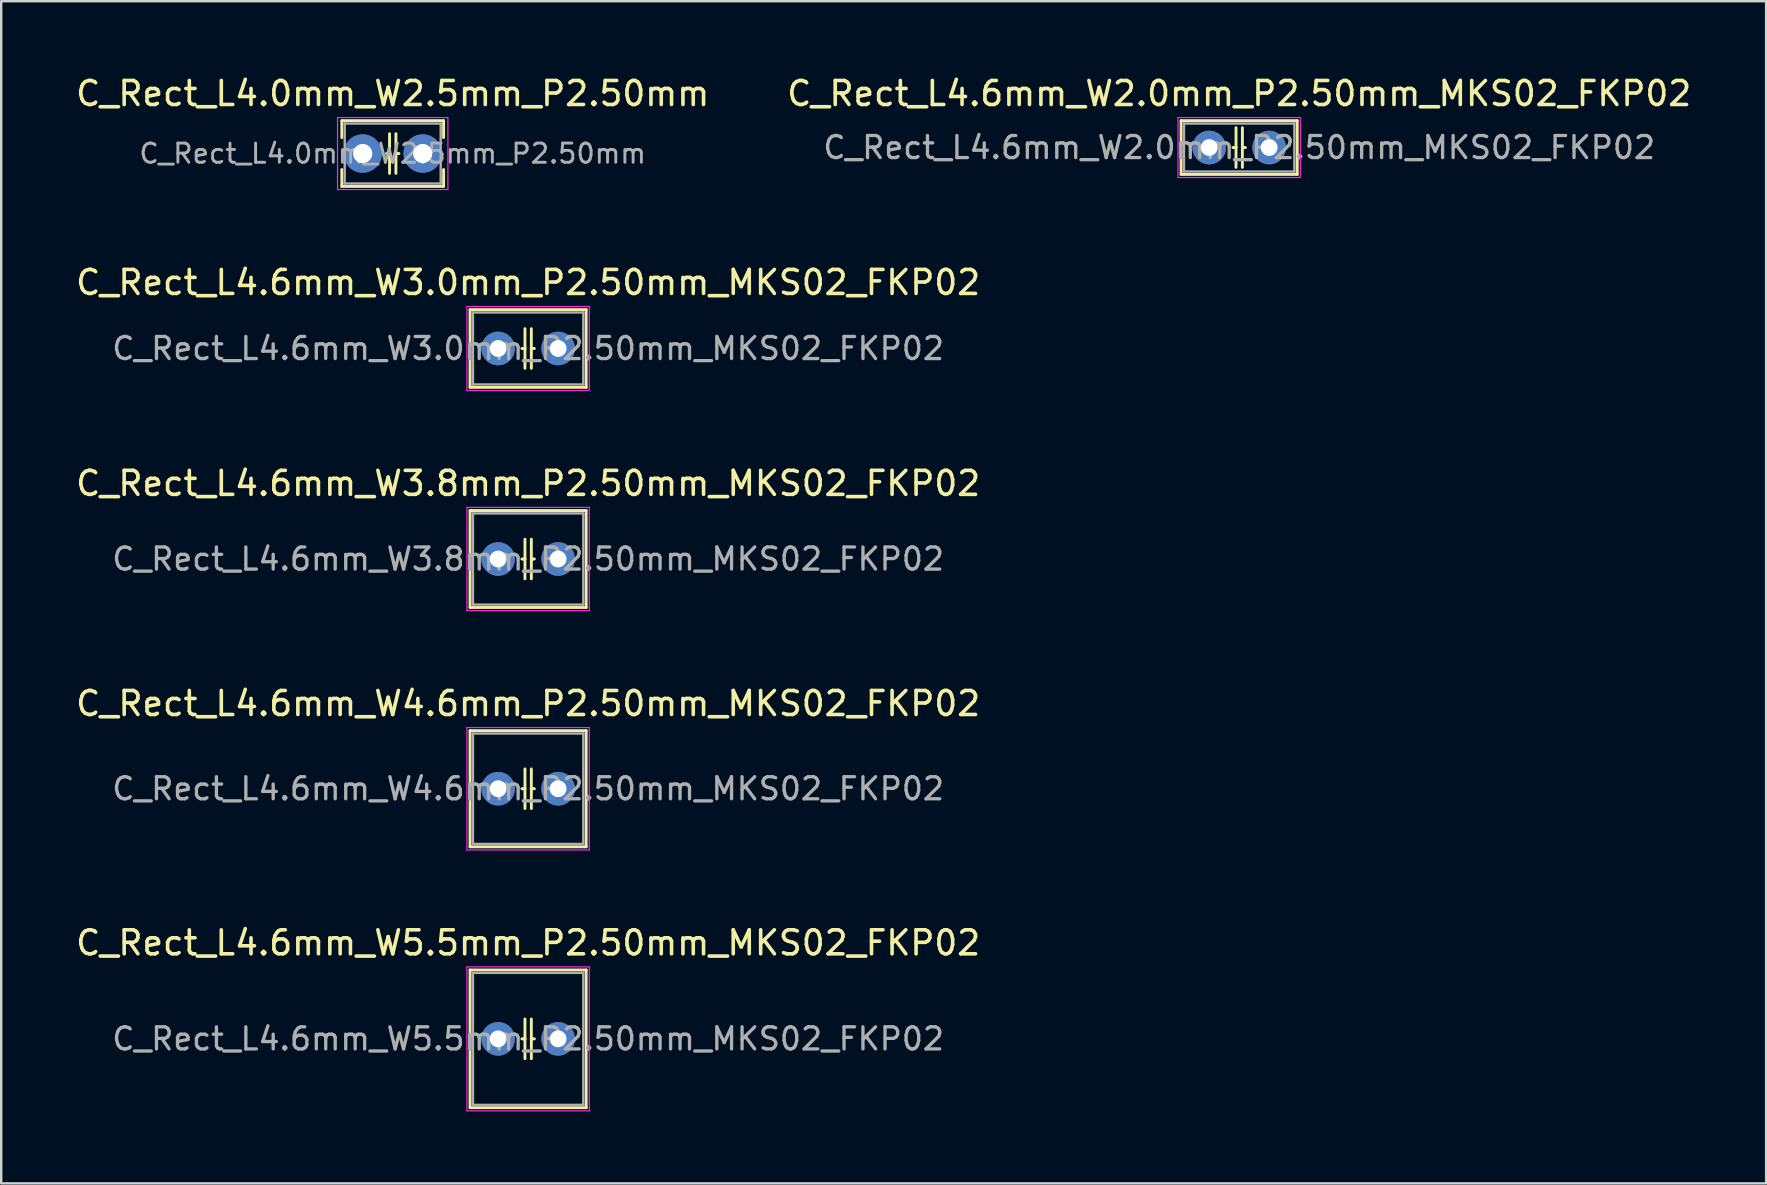
<source format=kicad_pcb>
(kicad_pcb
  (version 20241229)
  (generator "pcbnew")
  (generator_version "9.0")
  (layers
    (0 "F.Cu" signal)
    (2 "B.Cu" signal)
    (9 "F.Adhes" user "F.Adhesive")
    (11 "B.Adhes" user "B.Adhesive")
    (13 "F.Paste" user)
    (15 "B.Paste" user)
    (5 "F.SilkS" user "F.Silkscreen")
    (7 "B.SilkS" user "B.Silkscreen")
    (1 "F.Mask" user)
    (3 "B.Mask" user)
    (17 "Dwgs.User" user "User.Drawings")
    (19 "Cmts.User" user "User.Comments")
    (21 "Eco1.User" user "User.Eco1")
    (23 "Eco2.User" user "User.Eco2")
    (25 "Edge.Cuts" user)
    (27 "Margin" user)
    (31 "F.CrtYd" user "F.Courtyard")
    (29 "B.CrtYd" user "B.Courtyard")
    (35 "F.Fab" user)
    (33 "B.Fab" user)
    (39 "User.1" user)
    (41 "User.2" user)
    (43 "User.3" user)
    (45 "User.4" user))
  (footprint "C_Rect_L4.6mm_W5.5mm_P2.50mm_MKS02_FKP02"
    (layer "F.Cu")
    (at 17.708 40.241)
    (property "Reference" "C_Rect_L4.6mm_W5.5mm_P2.50mm_MKS02_FKP02" (at 1.25 -4 0) (layer "F.SilkS") (effects (font (size 1 1) (thickness 0.15))))
    (attr through_hole)
    (fp_line (start -1.17 -2.87) (end -1.17 2.87) (stroke (width 0.12) (type solid)) (layer "F.SilkS"))
    (fp_line (start -1.17 -2.87) (end 3.67 -2.87) (stroke (width 0.12) (type solid)) (layer "F.SilkS"))
    (fp_line (start -1.17 2.87) (end 3.67 2.87) (stroke (width 0.12) (type solid)) (layer "F.SilkS"))
    (fp_line (start 0.991 0) (end 1.054 0) (stroke (width 0.12) (type solid)) (layer "F.SilkS"))
    (fp_line (start 1.054 0) (end 1.118 0) (stroke (width 0.12) (type solid)) (layer "F.SilkS"))
    (fp_line (start 1.118 0) (end 1.118 -0.826) (stroke (width 0.12) (type solid)) (layer "F.SilkS"))
    (fp_line (start 1.118 0.826) (end 1.118 0) (stroke (width 0.12) (type solid)) (layer "F.SilkS"))
    (fp_line (start 1.384 0) (end 1.384 -0.826) (stroke (width 0.12) (type solid)) (layer "F.SilkS"))
    (fp_line (start 1.384 0.826) (end 1.384 0) (stroke (width 0.12) (type solid)) (layer "F.SilkS"))
    (fp_line (start 1.448 0) (end 1.384 0) (stroke (width 0.12) (type solid)) (layer "F.SilkS"))
    (fp_line (start 1.511 0) (end 1.448 0) (stroke (width 0.12) (type solid)) (layer "F.SilkS"))
    (fp_line (start 3.67 -2.87) (end 3.67 2.87) (stroke (width 0.12) (type solid)) (layer "F.SilkS"))
    (fp_line (start -1.3 -3) (end -1.3 3) (stroke (width 0.05) (type solid)) (layer "F.CrtYd"))
    (fp_line (start -1.3 3) (end 3.8 3) (stroke (width 0.05) (type solid)) (layer "F.CrtYd"))
    (fp_line (start 3.8 -3) (end -1.3 -3) (stroke (width 0.05) (type solid)) (layer "F.CrtYd"))
    (fp_line (start 3.8 3) (end 3.8 -3) (stroke (width 0.05) (type solid)) (layer "F.CrtYd"))
    (fp_line (start -1.05 -2.75) (end -1.05 2.75) (stroke (width 0.1) (type solid)) (layer "F.Fab"))
    (fp_line (start -1.05 2.75) (end 3.55 2.75) (stroke (width 0.1) (type solid)) (layer "F.Fab"))
    (fp_line (start 3.55 -2.75) (end -1.05 -2.75) (stroke (width 0.1) (type solid)) (layer "F.Fab"))
    (fp_line (start 3.55 2.75) (end 3.55 -2.75) (stroke (width 0.1) (type solid)) (layer "F.Fab"))
    (fp_text user "${REFERENCE}" (at 1.25 0 0) (layer "F.Fab") (effects (font (size 0.92 0.92) (thickness 0.138))))
    (pad "1" thru_hole circle (at 0 0) (size 1.4 1.4) (drill 0.7) (layers "*.Cu" "*.Mask"))
    (pad "2" thru_hole circle (at 2.5 0) (size 1.4 1.4) (drill 0.7) (layers "*.Cu" "*.Mask")))
  (footprint "C_Rect_L4.6mm_W3.0mm_P2.50mm_MKS02_FKP02"
    (layer "F.Cu")
    (at 17.708 11.472)
    (property "Reference" "C_Rect_L4.6mm_W3.0mm_P2.50mm_MKS02_FKP02" (at 1.25 -2.75 0) (layer "F.SilkS") (effects (font (size 1 1) (thickness 0.15))))
    (attr through_hole)
    (fp_line (start -1.17 -1.62) (end -1.17 1.62) (stroke (width 0.12) (type solid)) (layer "F.SilkS"))
    (fp_line (start -1.17 -1.62) (end 3.67 -1.62) (stroke (width 0.12) (type solid)) (layer "F.SilkS"))
    (fp_line (start -1.17 1.62) (end 3.67 1.62) (stroke (width 0.12) (type solid)) (layer "F.SilkS"))
    (fp_line (start 0.991 0) (end 1.054 0) (stroke (width 0.12) (type solid)) (layer "F.SilkS"))
    (fp_line (start 1.054 0) (end 1.118 0) (stroke (width 0.12) (type solid)) (layer "F.SilkS"))
    (fp_line (start 1.118 0) (end 1.118 -0.826) (stroke (width 0.12) (type solid)) (layer "F.SilkS"))
    (fp_line (start 1.118 0.826) (end 1.118 0) (stroke (width 0.12) (type solid)) (layer "F.SilkS"))
    (fp_line (start 1.384 0) (end 1.384 -0.826) (stroke (width 0.12) (type solid)) (layer "F.SilkS"))
    (fp_line (start 1.384 0.826) (end 1.384 0) (stroke (width 0.12) (type solid)) (layer "F.SilkS"))
    (fp_line (start 1.448 0) (end 1.384 0) (stroke (width 0.12) (type solid)) (layer "F.SilkS"))
    (fp_line (start 1.511 0) (end 1.448 0) (stroke (width 0.12) (type solid)) (layer "F.SilkS"))
    (fp_line (start 3.67 -1.62) (end 3.67 1.62) (stroke (width 0.12) (type solid)) (layer "F.SilkS"))
    (fp_line (start -1.3 -1.75) (end -1.3 1.75) (stroke (width 0.05) (type solid)) (layer "F.CrtYd"))
    (fp_line (start -1.3 1.75) (end 3.8 1.75) (stroke (width 0.05) (type solid)) (layer "F.CrtYd"))
    (fp_line (start 3.8 -1.75) (end -1.3 -1.75) (stroke (width 0.05) (type solid)) (layer "F.CrtYd"))
    (fp_line (start 3.8 1.75) (end 3.8 -1.75) (stroke (width 0.05) (type solid)) (layer "F.CrtYd"))
    (fp_line (start -1.05 -1.5) (end -1.05 1.5) (stroke (width 0.1) (type solid)) (layer "F.Fab"))
    (fp_line (start -1.05 1.5) (end 3.55 1.5) (stroke (width 0.1) (type solid)) (layer "F.Fab"))
    (fp_line (start 3.55 -1.5) (end -1.05 -1.5) (stroke (width 0.1) (type solid)) (layer "F.Fab"))
    (fp_line (start 3.55 1.5) (end 3.55 -1.5) (stroke (width 0.1) (type solid)) (layer "F.Fab"))
    (fp_text user "${REFERENCE}" (at 1.25 0 0) (layer "F.Fab") (effects (font (size 0.92 0.92) (thickness 0.138))))
    (pad "1" thru_hole circle (at 0 0) (size 1.4 1.4) (drill 0.7) (layers "*.Cu" "*.Mask"))
    (pad "2" thru_hole circle (at 2.5 0) (size 1.4 1.4) (drill 0.7) (layers "*.Cu" "*.Mask")))
  (footprint "C_Rect_L4.6mm_W2.0mm_P2.50mm_MKS02_FKP02"
    (layer "F.Cu")
    (at 47.339 3.098)
    (property "Reference" "C_Rect_L4.6mm_W2.0mm_P2.50mm_MKS02_FKP02" (at 1.25 -2.25 0) (layer "F.SilkS") (effects (font (size 1 1) (thickness 0.15))))
    (attr through_hole)
    (fp_line (start -1.17 -1.12) (end -1.17 1.12) (stroke (width 0.12) (type solid)) (layer "F.SilkS"))
    (fp_line (start -1.17 -1.12) (end 3.67 -1.12) (stroke (width 0.12) (type solid)) (layer "F.SilkS"))
    (fp_line (start -1.17 1.12) (end 3.67 1.12) (stroke (width 0.12) (type solid)) (layer "F.SilkS"))
    (fp_line (start 0.991 0) (end 1.054 0) (stroke (width 0.12) (type solid)) (layer "F.SilkS"))
    (fp_line (start 1.054 0) (end 1.118 0) (stroke (width 0.12) (type solid)) (layer "F.SilkS"))
    (fp_line (start 1.118 0) (end 1.118 -0.826) (stroke (width 0.12) (type solid)) (layer "F.SilkS"))
    (fp_line (start 1.118 0.826) (end 1.118 0) (stroke (width 0.12) (type solid)) (layer "F.SilkS"))
    (fp_line (start 1.384 0) (end 1.384 -0.826) (stroke (width 0.12) (type solid)) (layer "F.SilkS"))
    (fp_line (start 1.384 0.826) (end 1.384 0) (stroke (width 0.12) (type solid)) (layer "F.SilkS"))
    (fp_line (start 1.448 0) (end 1.384 0) (stroke (width 0.12) (type solid)) (layer "F.SilkS"))
    (fp_line (start 1.511 0) (end 1.448 0) (stroke (width 0.12) (type solid)) (layer "F.SilkS"))
    (fp_line (start 3.67 -1.12) (end 3.67 1.12) (stroke (width 0.12) (type solid)) (layer "F.SilkS"))
    (fp_line (start -1.3 -1.25) (end -1.3 1.25) (stroke (width 0.05) (type solid)) (layer "F.CrtYd"))
    (fp_line (start -1.3 1.25) (end 3.8 1.25) (stroke (width 0.05) (type solid)) (layer "F.CrtYd"))
    (fp_line (start 3.8 -1.25) (end -1.3 -1.25) (stroke (width 0.05) (type solid)) (layer "F.CrtYd"))
    (fp_line (start 3.8 1.25) (end 3.8 -1.25) (stroke (width 0.05) (type solid)) (layer "F.CrtYd"))
    (fp_line (start -1.05 -1) (end -1.05 1) (stroke (width 0.1) (type solid)) (layer "F.Fab"))
    (fp_line (start -1.05 1) (end 3.55 1) (stroke (width 0.1) (type solid)) (layer "F.Fab"))
    (fp_line (start 3.55 -1) (end -1.05 -1) (stroke (width 0.1) (type solid)) (layer "F.Fab"))
    (fp_line (start 3.55 1) (end 3.55 -1) (stroke (width 0.1) (type solid)) (layer "F.Fab"))
    (fp_text user "${REFERENCE}" (at 1.25 0 0) (layer "F.Fab") (effects (font (size 0.92 0.92) (thickness 0.138))))
    (pad "1" thru_hole circle (at 0 0) (size 1.4 1.4) (drill 0.7) (layers "*.Cu" "*.Mask"))
    (pad "2" thru_hole circle (at 2.5 0) (size 1.4 1.4) (drill 0.7) (layers "*.Cu" "*.Mask")))
  (footprint "C_Rect_L4.6mm_W4.6mm_P2.50mm_MKS02_FKP02"
    (layer "F.Cu")
    (at 17.708 29.818)
    (property "Reference" "C_Rect_L4.6mm_W4.6mm_P2.50mm_MKS02_FKP02" (at 1.25 -3.55 0) (layer "F.SilkS") (effects (font (size 1 1) (thickness 0.15))))
    (attr through_hole)
    (fp_line (start -1.17 -2.42) (end -1.17 2.42) (stroke (width 0.12) (type solid)) (layer "F.SilkS"))
    (fp_line (start -1.17 -2.42) (end 3.67 -2.42) (stroke (width 0.12) (type solid)) (layer "F.SilkS"))
    (fp_line (start -1.17 2.42) (end 3.67 2.42) (stroke (width 0.12) (type solid)) (layer "F.SilkS"))
    (fp_line (start 0.991 0) (end 1.054 0) (stroke (width 0.12) (type solid)) (layer "F.SilkS"))
    (fp_line (start 1.054 0) (end 1.118 0) (stroke (width 0.12) (type solid)) (layer "F.SilkS"))
    (fp_line (start 1.118 0) (end 1.118 -0.826) (stroke (width 0.12) (type solid)) (layer "F.SilkS"))
    (fp_line (start 1.118 0.826) (end 1.118 0) (stroke (width 0.12) (type solid)) (layer "F.SilkS"))
    (fp_line (start 1.384 0) (end 1.384 -0.826) (stroke (width 0.12) (type solid)) (layer "F.SilkS"))
    (fp_line (start 1.384 0.826) (end 1.384 0) (stroke (width 0.12) (type solid)) (layer "F.SilkS"))
    (fp_line (start 1.448 0) (end 1.384 0) (stroke (width 0.12) (type solid)) (layer "F.SilkS"))
    (fp_line (start 1.511 0) (end 1.448 0) (stroke (width 0.12) (type solid)) (layer "F.SilkS"))
    (fp_line (start 3.67 -2.42) (end 3.67 2.42) (stroke (width 0.12) (type solid)) (layer "F.SilkS"))
    (fp_line (start -1.3 -2.55) (end -1.3 2.55) (stroke (width 0.05) (type solid)) (layer "F.CrtYd"))
    (fp_line (start -1.3 2.55) (end 3.8 2.55) (stroke (width 0.05) (type solid)) (layer "F.CrtYd"))
    (fp_line (start 3.8 -2.55) (end -1.3 -2.55) (stroke (width 0.05) (type solid)) (layer "F.CrtYd"))
    (fp_line (start 3.8 2.55) (end 3.8 -2.55) (stroke (width 0.05) (type solid)) (layer "F.CrtYd"))
    (fp_line (start -1.05 -2.3) (end -1.05 2.3) (stroke (width 0.1) (type solid)) (layer "F.Fab"))
    (fp_line (start -1.05 2.3) (end 3.55 2.3) (stroke (width 0.1) (type solid)) (layer "F.Fab"))
    (fp_line (start 3.55 -2.3) (end -1.05 -2.3) (stroke (width 0.1) (type solid)) (layer "F.Fab"))
    (fp_line (start 3.55 2.3) (end 3.55 -2.3) (stroke (width 0.1) (type solid)) (layer "F.Fab"))
    (fp_text user "${REFERENCE}" (at 1.25 0 0) (layer "F.Fab") (effects (font (size 0.92 0.92) (thickness 0.138))))
    (pad "1" thru_hole circle (at 0 0) (size 1.4 1.4) (drill 0.7) (layers "*.Cu" "*.Mask"))
    (pad "2" thru_hole circle (at 2.5 0) (size 1.4 1.4) (drill 0.7) (layers "*.Cu" "*.Mask")))
  (footprint "C_Rect_L4.0mm_W2.5mm_P2.50mm"
    (layer "F.Cu")
    (at 12.065 3.348)
    (property "Reference" "C_Rect_L4.0mm_W2.5mm_P2.50mm" (at 1.25 -2.5 0) (layer "F.SilkS") (effects (font (size 1 1) (thickness 0.15))))
    (attr through_hole)
    (fp_line (start -0.87 -1.37) (end -0.87 -0.665) (stroke (width 0.12) (type solid)) (layer "F.SilkS"))
    (fp_line (start -0.87 -1.37) (end 3.37 -1.37) (stroke (width 0.12) (type solid)) (layer "F.SilkS"))
    (fp_line (start -0.87 0.665) (end -0.87 1.37) (stroke (width 0.12) (type solid)) (layer "F.SilkS"))
    (fp_line (start -0.87 1.37) (end 3.37 1.37) (stroke (width 0.12) (type solid)) (layer "F.SilkS"))
    (fp_line (start 0.991 0) (end 1.054 0) (stroke (width 0.12) (type solid)) (layer "F.SilkS"))
    (fp_line (start 1.054 0) (end 1.118 0) (stroke (width 0.12) (type solid)) (layer "F.SilkS"))
    (fp_line (start 1.118 0) (end 1.118 -0.826) (stroke (width 0.12) (type solid)) (layer "F.SilkS"))
    (fp_line (start 1.118 0.826) (end 1.118 0) (stroke (width 0.12) (type solid)) (layer "F.SilkS"))
    (fp_line (start 1.384 0) (end 1.384 -0.826) (stroke (width 0.12) (type solid)) (layer "F.SilkS"))
    (fp_line (start 1.384 0.826) (end 1.384 0) (stroke (width 0.12) (type solid)) (layer "F.SilkS"))
    (fp_line (start 1.448 0) (end 1.384 0) (stroke (width 0.12) (type solid)) (layer "F.SilkS"))
    (fp_line (start 1.511 0) (end 1.448 0) (stroke (width 0.12) (type solid)) (layer "F.SilkS"))
    (fp_line (start 3.37 -1.37) (end 3.37 -0.665) (stroke (width 0.12) (type solid)) (layer "F.SilkS"))
    (fp_line (start 3.37 0.665) (end 3.37 1.37) (stroke (width 0.12) (type solid)) (layer "F.SilkS"))
    (fp_line (start -1.05 -1.5) (end -1.05 1.5) (stroke (width 0.05) (type solid)) (layer "F.CrtYd"))
    (fp_line (start -1.05 1.5) (end 3.55 1.5) (stroke (width 0.05) (type solid)) (layer "F.CrtYd"))
    (fp_line (start 3.55 -1.5) (end -1.05 -1.5) (stroke (width 0.05) (type solid)) (layer "F.CrtYd"))
    (fp_line (start 3.55 1.5) (end 3.55 -1.5) (stroke (width 0.05) (type solid)) (layer "F.CrtYd"))
    (fp_line (start -0.75 -1.25) (end -0.75 1.25) (stroke (width 0.1) (type solid)) (layer "F.Fab"))
    (fp_line (start -0.75 1.25) (end 3.25 1.25) (stroke (width 0.1) (type solid)) (layer "F.Fab"))
    (fp_line (start 3.25 -1.25) (end -0.75 -1.25) (stroke (width 0.1) (type solid)) (layer "F.Fab"))
    (fp_line (start 3.25 1.25) (end 3.25 -1.25) (stroke (width 0.1) (type solid)) (layer "F.Fab"))
    (fp_text user "${REFERENCE}" (at 1.25 0 0) (layer "F.Fab") (effects (font (size 0.8 0.8) (thickness 0.12))))
    (pad "1" thru_hole circle (at 0 0) (size 1.6 1.6) (drill 0.8) (layers "*.Cu" "*.Mask"))
    (pad "2" thru_hole circle (at 2.5 0) (size 1.6 1.6) (drill 0.8) (layers "*.Cu" "*.Mask")))
  (footprint "C_Rect_L4.6mm_W3.8mm_P2.50mm_MKS02_FKP02"
    (layer "F.Cu")
    (at 17.708 20.245)
    (property "Reference" "C_Rect_L4.6mm_W3.8mm_P2.50mm_MKS02_FKP02" (at 1.25 -3.15 0) (layer "F.SilkS") (effects (font (size 1 1) (thickness 0.15))))
    (attr through_hole)
    (fp_line (start -1.17 -2.02) (end -1.17 2.02) (stroke (width 0.12) (type solid)) (layer "F.SilkS"))
    (fp_line (start -1.17 -2.02) (end 3.67 -2.02) (stroke (width 0.12) (type solid)) (layer "F.SilkS"))
    (fp_line (start -1.17 2.02) (end 3.67 2.02) (stroke (width 0.12) (type solid)) (layer "F.SilkS"))
    (fp_line (start 0.991 0) (end 1.054 0) (stroke (width 0.12) (type solid)) (layer "F.SilkS"))
    (fp_line (start 1.054 0) (end 1.118 0) (stroke (width 0.12) (type solid)) (layer "F.SilkS"))
    (fp_line (start 1.118 0) (end 1.118 -0.826) (stroke (width 0.12) (type solid)) (layer "F.SilkS"))
    (fp_line (start 1.118 0.826) (end 1.118 0) (stroke (width 0.12) (type solid)) (layer "F.SilkS"))
    (fp_line (start 1.384 0) (end 1.384 -0.826) (stroke (width 0.12) (type solid)) (layer "F.SilkS"))
    (fp_line (start 1.384 0.826) (end 1.384 0) (stroke (width 0.12) (type solid)) (layer "F.SilkS"))
    (fp_line (start 1.448 0) (end 1.384 0) (stroke (width 0.12) (type solid)) (layer "F.SilkS"))
    (fp_line (start 1.511 0) (end 1.448 0) (stroke (width 0.12) (type solid)) (layer "F.SilkS"))
    (fp_line (start 3.67 -2.02) (end 3.67 2.02) (stroke (width 0.12) (type solid)) (layer "F.SilkS"))
    (fp_line (start -1.3 -2.15) (end -1.3 2.15) (stroke (width 0.05) (type solid)) (layer "F.CrtYd"))
    (fp_line (start -1.3 2.15) (end 3.8 2.15) (stroke (width 0.05) (type solid)) (layer "F.CrtYd"))
    (fp_line (start 3.8 -2.15) (end -1.3 -2.15) (stroke (width 0.05) (type solid)) (layer "F.CrtYd"))
    (fp_line (start 3.8 2.15) (end 3.8 -2.15) (stroke (width 0.05) (type solid)) (layer "F.CrtYd"))
    (fp_line (start -1.05 -1.9) (end -1.05 1.9) (stroke (width 0.1) (type solid)) (layer "F.Fab"))
    (fp_line (start -1.05 1.9) (end 3.55 1.9) (stroke (width 0.1) (type solid)) (layer "F.Fab"))
    (fp_line (start 3.55 -1.9) (end -1.05 -1.9) (stroke (width 0.1) (type solid)) (layer "F.Fab"))
    (fp_line (start 3.55 1.9) (end 3.55 -1.9) (stroke (width 0.1) (type solid)) (layer "F.Fab"))
    (fp_text user "${REFERENCE}" (at 1.25 0 0) (layer "F.Fab") (effects (font (size 0.92 0.92) (thickness 0.138))))
    (pad "1" thru_hole circle (at 0 0) (size 1.4 1.4) (drill 0.7) (layers "*.Cu" "*.Mask"))
    (pad "2" thru_hole circle (at 2.5 0) (size 1.4 1.4) (drill 0.7) (layers "*.Cu" "*.Mask")))
  (gr_rect
    (start -3 -3)
    (end 70.548 46.266)
    (stroke (width 0.1) (type default))
    (fill no)
    (layer "Edge.Cuts")))
</source>
